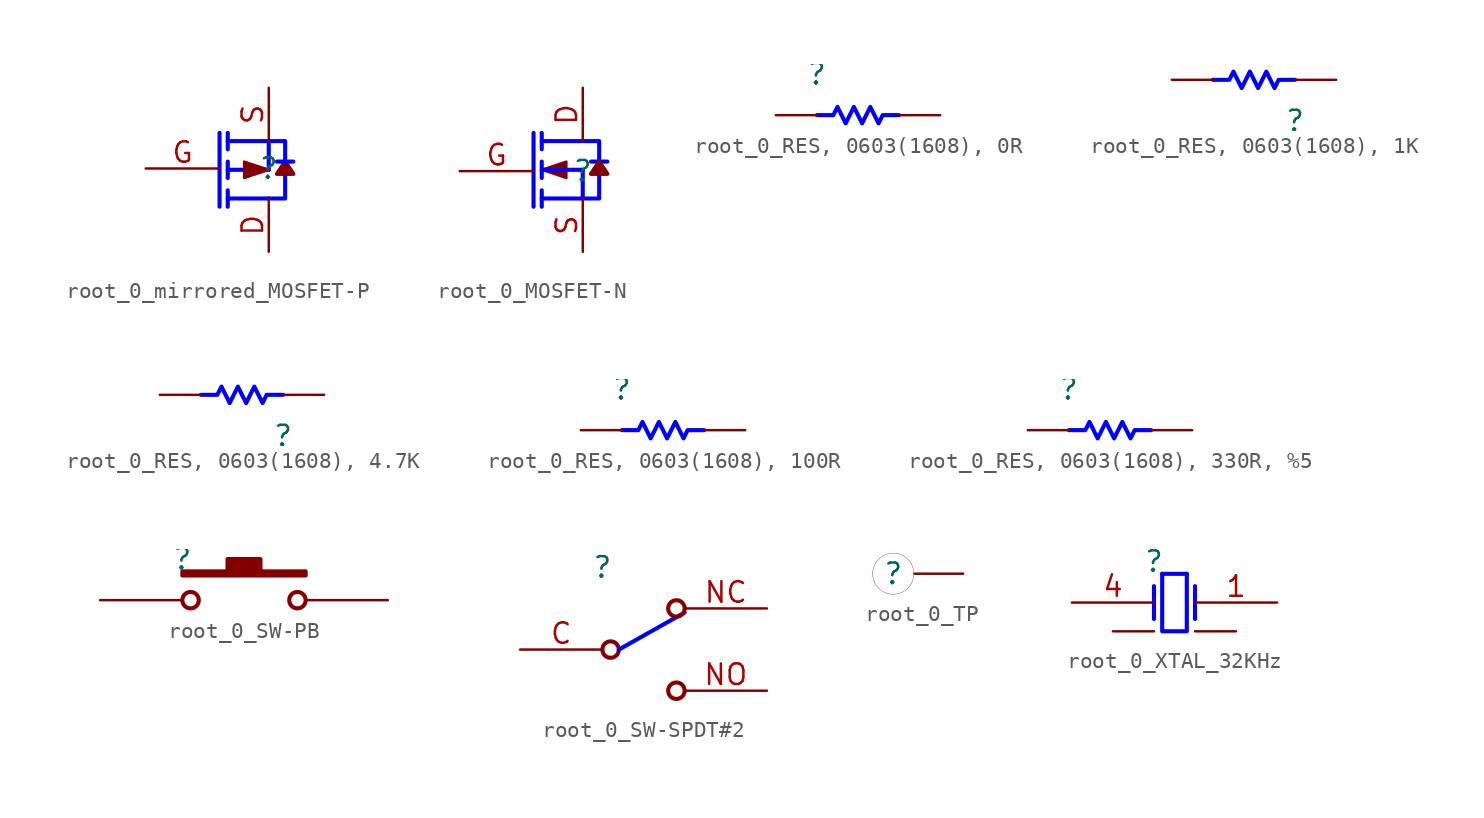
<source format=kicad_sym>
(kicad_symbol_lib
  (version 20220914)
  (generator kicad_symbol_editor)
  (symbol "root_0_mirrored_MOSFET-P"
    (property "Reference" ""
      (at 0 0 0)
      (effects (font (size 1.27 1.27))))
    (property "Value" ""
      (at 0 0 0)
      (effects (font (size 1.27 1.27))))
    (symbol "root_0_mirrored_MOSFET-P_1_0"
      (polyline (pts (xy -3.048 -2.366) (xy -3.048 2.206)) (stroke (width 0.254) (type solid) (color 0 0 255 1)) (fill (type none)))
      (polyline (pts (xy -2.54 -1.35) (xy -2.54 -2.366)) (stroke (width 0.254) (type solid) (color 0 0 255 1)) (fill (type none)))
      (polyline (pts (xy -2.54 0.428) (xy -2.54 -0.588)) (stroke (width 0.254) (type solid) (color 0 0 255 1)) (fill (type none)))
      (polyline (pts (xy -2.54 2.206) (xy -2.54 1.19)) (stroke (width 0.254) (type solid) (color 0 0 255 1)) (fill (type none)))
      (polyline (pts (xy 0 -1.858) (xy -2.54 -1.858)) (stroke (width 0.254) (type solid) (color 0 0 255 1)) (fill (type none)))
      (polyline (pts (xy 0 -0.08) (xy -2.54 -0.08)) (stroke (width 0.254) (type solid) (color 0 0 255 1)) (fill (type none)))
      (polyline (pts (xy 0 -0.08) (xy 0 1.698)) (stroke (width 0.254) (type solid) (color 0 0 255 1)) (fill (type none)))
      (polyline (pts (xy 0 1.698) (xy -2.54 1.698)) (stroke (width 0.254) (type solid) (color 0 0 255 1)) (fill (type none)))
      (polyline (pts (xy 1.524 0.428) (xy 0.508 0.428)) (stroke (width 0.254) (type solid) (color 0 0 255 1)) (fill (type none)))
      (polyline (pts (xy 0 -1.858) (xy 1.016 -1.858) (xy 1.016 1.698) (xy 0 1.698)) (stroke (width 0.254) (type solid) (color 0 0 255 1)) (fill (type none)))
      (polyline (pts (xy 0 -0.08) (xy -1.524 -0.588) (xy -1.524 0.428) (xy 0 -0.08)) (stroke (width 0) (type solid)) (fill (type outline)))
      (polyline (pts (xy 0.508 -0.334) (xy 1.016 0.428) (xy 1.524 -0.334) (xy 0.508 -0.334)) (stroke (width 0.254) (type solid)) (fill (type outline)))
      (pin passive line (at 0 -5.16 90) (length 3.302) (name "D" (effects (font (size 0 0)))) (number "D" (effects (font (size 1.27 1.27)))))
      (pin passive line (at -7.62 0 0) (length 4.572) (name "G" (effects (font (size 0 0)))) (number "G" (effects (font (size 1.27 1.27)))))
      (pin passive line (at 0 5 270) (length 3.302) (name "S" (effects (font (size 0 0)))) (number "S" (effects (font (size 1.27 1.27)))))))
  (symbol "root_0_MOSFET-N"
    (property "Reference" ""
      (at 0 0 0)
      (effects (font (size 1.27 1.27))))
    (property "Value" ""
      (at 0 0 0)
      (effects (font (size 1.27 1.27))))
    (symbol "root_0_MOSFET-N_1_0"
      (polyline (pts (xy -3.048 2.366) (xy -3.048 -2.206)) (stroke (width 0.254) (type solid) (color 0 0 255 1)) (fill (type none)))
      (polyline (pts (xy -2.54 -2.206) (xy -2.54 -1.19)) (stroke (width 0.254) (type solid) (color 0 0 255 1)) (fill (type none)))
      (polyline (pts (xy -2.54 -0.428) (xy -2.54 0.588)) (stroke (width 0.254) (type solid) (color 0 0 255 1)) (fill (type none)))
      (polyline (pts (xy -2.54 2.366) (xy -2.54 1.35)) (stroke (width 0.254) (type solid) (color 0 0 255 1)) (fill (type none)))
      (polyline (pts (xy 0 -1.698) (xy -2.54 -1.698)) (stroke (width 0.254) (type solid) (color 0 0 255 1)) (fill (type none)))
      (polyline (pts (xy 0 0.08) (xy -2.54 0.08)) (stroke (width 0.254) (type solid) (color 0 0 255 1)) (fill (type none)))
      (polyline (pts (xy 0 0.08) (xy 0 -1.698)) (stroke (width 0.254) (type solid) (color 0 0 255 1)) (fill (type none)))
      (polyline (pts (xy 0 1.858) (xy -2.54 1.858)) (stroke (width 0.254) (type solid) (color 0 0 255 1)) (fill (type none)))
      (polyline (pts (xy 0.508 0.588) (xy 1.524 0.588)) (stroke (width 0.254) (type solid) (color 0 0 255 1)) (fill (type none)))
      (polyline (pts (xy -2.54 0.08) (xy -1.016 -0.428) (xy -1.016 0.588) (xy -2.54 0.08)) (stroke (width 0) (type solid)) (fill (type outline)))
      (polyline (pts (xy 0 1.858) (xy 1.016 1.858) (xy 1.016 -1.698) (xy 0 -1.698)) (stroke (width 0.254) (type solid) (color 0 0 255 1)) (fill (type none)))
      (polyline (pts (xy 1.524 -0.174) (xy 1.016 0.588) (xy 0.508 -0.174) (xy 1.524 -0.174)) (stroke (width 0.254) (type solid)) (fill (type outline)))
      (pin passive line (at 0 5.16 270) (length 3.302) (name "D" (effects (font (size 0 0)))) (number "D" (effects (font (size 1.27 1.27)))))
      (pin passive line (at -7.62 0 0) (length 4.572) (name "G" (effects (font (size 0 0)))) (number "G" (effects (font (size 1.27 1.27)))))
      (pin passive line (at 0 -5 90) (length 3.302) (name "S" (effects (font (size 0 0)))) (number "S" (effects (font (size 1.27 1.27)))))))
  (symbol "root_0_RES, 0603(1608), 0R"
    (property "Reference" ""
      (at 0 0 0)
      (effects (font (size 1.27 1.27))))
    (property "Value" ""
      (at 0 0 0)
      (effects (font (size 1.27 1.27))))
    (symbol "root_0_RES, 0603(1608), 0R_1_0"
      (polyline (pts (xy 5.08 -2.54) (xy 4.064 -2.54) (xy 3.81 -3.048) (xy 3.302 -2.032) (xy 2.794 -3.048) (xy 2.286 -2.032) (xy 1.778 -3.048) (xy 1.27 -2.032) (xy 1.016 -2.54) (xy 0 -2.54)) (stroke (width 0.254) (type solid) (color 0 0 255 1)) (fill (type none)))
      (pin passive line (at -2.54 -2.54 0) (length 2.54) (name "1" (effects (font (size 0 0)))) (number "1" (effects (font (size 0 0)))))
      (pin passive line (at 7.62 -2.54 180) (length 2.54) (name "2" (effects (font (size 0 0)))) (number "2" (effects (font (size 0 0)))))))
  (symbol "root_0_RES, 0603(1608), 1K"
    (property "Reference" ""
      (at 0 0 0)
      (effects (font (size 1.27 1.27))))
    (property "Value" ""
      (at 0 0 0)
      (effects (font (size 1.27 1.27))))
    (symbol "root_0_RES, 0603(1608), 1K_1_0"
      (polyline (pts (xy -5.08 2.54) (xy -4.064 2.54) (xy -3.81 3.048) (xy -3.302 2.032) (xy -2.794 3.048) (xy -2.286 2.032) (xy -1.778 3.048) (xy -1.27 2.032) (xy -1.016 2.54) (xy 0 2.54)) (stroke (width 0.254) (type solid) (color 0 0 255 1)) (fill (type none)))
      (pin passive line (at 2.54 2.54 180) (length 2.54) (name "1" (effects (font (size 0 0)))) (number "1" (effects (font (size 0 0)))))
      (pin passive line (at -7.62 2.54 0) (length 2.54) (name "2" (effects (font (size 0 0)))) (number "2" (effects (font (size 0 0)))))))
  (symbol "root_0_RES, 0603(1608), 4.7K"
    (property "Reference" ""
      (at 0 0 0)
      (effects (font (size 1.27 1.27))))
    (property "Value" ""
      (at 0 0 0)
      (effects (font (size 1.27 1.27))))
    (symbol "root_0_RES, 0603(1608), 4.7K_1_0"
      (polyline (pts (xy -5.08 2.54) (xy -4.064 2.54) (xy -3.81 3.048) (xy -3.302 2.032) (xy -2.794 3.048) (xy -2.286 2.032) (xy -1.778 3.048) (xy -1.27 2.032) (xy -1.016 2.54) (xy 0 2.54)) (stroke (width 0.254) (type solid) (color 0 0 255 1)) (fill (type none)))
      (pin passive line (at 2.54 2.54 180) (length 2.54) (name "1" (effects (font (size 0 0)))) (number "1" (effects (font (size 0 0)))))
      (pin passive line (at -7.62 2.54 0) (length 2.54) (name "2" (effects (font (size 0 0)))) (number "2" (effects (font (size 0 0)))))))
  (symbol "root_0_RES, 0603(1608), 100R"
    (property "Reference" ""
      (at 0 0 0)
      (effects (font (size 1.27 1.27))))
    (property "Value" ""
      (at 0 0 0)
      (effects (font (size 1.27 1.27))))
    (symbol "root_0_RES, 0603(1608), 100R_1_0"
      (polyline (pts (xy 5.08 -2.54) (xy 4.064 -2.54) (xy 3.81 -3.048) (xy 3.302 -2.032) (xy 2.794 -3.048) (xy 2.286 -2.032) (xy 1.778 -3.048) (xy 1.27 -2.032) (xy 1.016 -2.54) (xy 0 -2.54)) (stroke (width 0.254) (type solid) (color 0 0 255 1)) (fill (type none)))
      (pin passive line (at -2.54 -2.54 0) (length 2.54) (name "1" (effects (font (size 0 0)))) (number "1" (effects (font (size 0 0)))))
      (pin passive line (at 7.62 -2.54 180) (length 2.54) (name "2" (effects (font (size 0 0)))) (number "2" (effects (font (size 0 0)))))))
  (symbol "root_0_RES, 0603(1608), 330R, %5"
    (property "Reference" ""
      (at 0 0 0)
      (effects (font (size 1.27 1.27))))
    (property "Value" ""
      (at 0 0 0)
      (effects (font (size 1.27 1.27))))
    (symbol "root_0_RES, 0603(1608), 330R, %5_1_0"
      (polyline (pts (xy 5.08 -2.54) (xy 4.064 -2.54) (xy 3.81 -3.048) (xy 3.302 -2.032) (xy 2.794 -3.048) (xy 2.286 -2.032) (xy 1.778 -3.048) (xy 1.27 -2.032) (xy 1.016 -2.54) (xy 0 -2.54)) (stroke (width 0.254) (type solid) (color 0 0 255 1)) (fill (type none)))
      (pin passive line (at -2.54 -2.54 0) (length 2.54) (name "1" (effects (font (size 0 0)))) (number "1" (effects (font (size 0 0)))))
      (pin passive line (at 7.62 -2.54 180) (length 2.54) (name "2" (effects (font (size 0 0)))) (number "2" (effects (font (size 0 0)))))))
  (symbol "root_0_SW-PB"
    (property "Reference" ""
      (at 0 0 0)
      (effects (font (size 1.27 1.27))))
    (property "Value" ""
      (at 0 0 0)
      (effects (font (size 1.27 1.27))))
    (symbol "root_0_SW-PB_1_0"
      (polyline (pts (xy 0 -0.762) (xy 0 -1.016) (xy 7.62 -1.016) (xy 7.62 -0.762) (xy 4.826 -0.762) (xy 4.826 0) (xy 2.794 0) (xy 2.794 -0.762) (xy 0 -0.762)) (stroke (width 0.254) (type solid)) (fill (type outline)))
      (circle (center 0.508 -2.54) (radius 0.508) (stroke (width 0.254) (type solid)) (fill (type none)))
      (circle (center 7.112 -2.54) (radius 0.508) (stroke (width 0.254) (type solid)) (fill (type none)))
      (pin passive line (at -5.08 -2.54 0) (length 5.08) (name "1" (effects (font (size 0 0)))) (number "1" (effects (font (size 0 0)))))
      (pin passive line (at 12.7 -2.54 180) (length 5.08) (name "2" (effects (font (size 0 0)))) (number "2" (effects (font (size 0 0)))))))
  (symbol "root_0_SW-SPDT#2"
    (property "Reference" ""
      (at 0 0 0)
      (effects (font (size 1.27 1.27))))
    (property "Value" ""
      (at 0 0 0)
      (effects (font (size 1.27 1.27))))
    (symbol "root_0_SW-SPDT#2_1_0"
      (polyline (pts (xy 1.016 -5.08) (xy 5.08 -2.794)) (stroke (width 0.254) (type solid) (color 0 0 255 1)) (fill (type none)))
      (circle (center 0.508 -5.08) (radius 0.508) (stroke (width 0.254) (type solid)) (fill (type none)))
      (circle (center 4.572 -7.62) (radius 0.508) (stroke (width 0.254) (type solid)) (fill (type none)))
      (circle (center 4.572 -2.54) (radius 0.508) (stroke (width 0.254) (type solid)) (fill (type none)))
      (pin passive line (at -5.08 -5.08 0) (length 5.08) (name "C" (effects (font (size 0 0)))) (number "C" (effects (font (size 1.27 1.27)))))
      (pin passive line (at 10.16 -2.54 180) (length 5.08) (name "NC" (effects (font (size 0 0)))) (number "NC" (effects (font (size 1.27 1.27)))))
      (pin passive line (at 10.16 -7.62 180) (length 5.08) (name "NO" (effects (font (size 0 0)))) (number "NO" (effects (font (size 1.27 1.27)))))))
  (symbol "root_0_TP"
    (property "Reference" ""
      (at 0 0 0)
      (effects (font (size 1.27 1.27))))
    (property "Value" ""
      (at 0 0 0)
      (effects (font (size 1.27 1.27))))
    (symbol "root_0_TP_1_0"
      (circle (center 0 0) (radius 1.27) (stroke (width 0.0001) (type solid)) (fill (type none)))
      (pin power_in line (at 4.318 0 180) (length 3) (name "TP" (effects (font (size 0 0)))) (number "1" (effects (font (size 0 0)))))))
  (symbol "root_0_XTAL_32KHz"
    (property "Reference" ""
      (at 0 0 0)
      (effects (font (size 1.27 1.27))))
    (property "Value" ""
      (at 0 0 0)
      (effects (font (size 1.27 1.27))))
    (symbol "root_0_XTAL_32KHz_1_0"
      (polyline (pts (xy 0 -1.524) (xy 0 -3.556)) (stroke (width 0.254) (type solid) (color 0 0 255 1)) (fill (type none)))
      (polyline (pts (xy 0.508 -0.762) (xy 2.032 -0.762)) (stroke (width 0.254) (type solid) (color 0 0 255 1)) (fill (type none)))
      (polyline (pts (xy 2.54 -1.524) (xy 2.54 -3.556)) (stroke (width 0.254) (type solid) (color 0 0 255 1)) (fill (type none)))
      (polyline (pts (xy 2.032 -0.762) (xy 2.032 -4.318) (xy 0.508 -4.318) (xy 0.508 -0.762)) (stroke (width 0.254) (type solid) (color 0 0 255 1)) (fill (type none)))
      (pin passive line (at 7.62 -2.54 180) (length 5.08) (name "1" (effects (font (size 0 0)))) (number "1" (effects (font (size 1.27 1.27)))))
      (pin passive line (at 5.08 -4.318 180) (length 2.54) (name "2" (effects (font (size 0 0)))) (number "2" (effects (font (size 0 0)))))
      (pin passive line (at -2.54 -4.318 0) (length 2.54) (name "3" (effects (font (size 0 0)))) (number "3" (effects (font (size 0 0)))))
      (pin passive line (at -5.08 -2.54 0) (length 5.08) (name "4" (effects (font (size 0 0)))) (number "4" (effects (font (size 1.27 1.27))))))))
</source>
